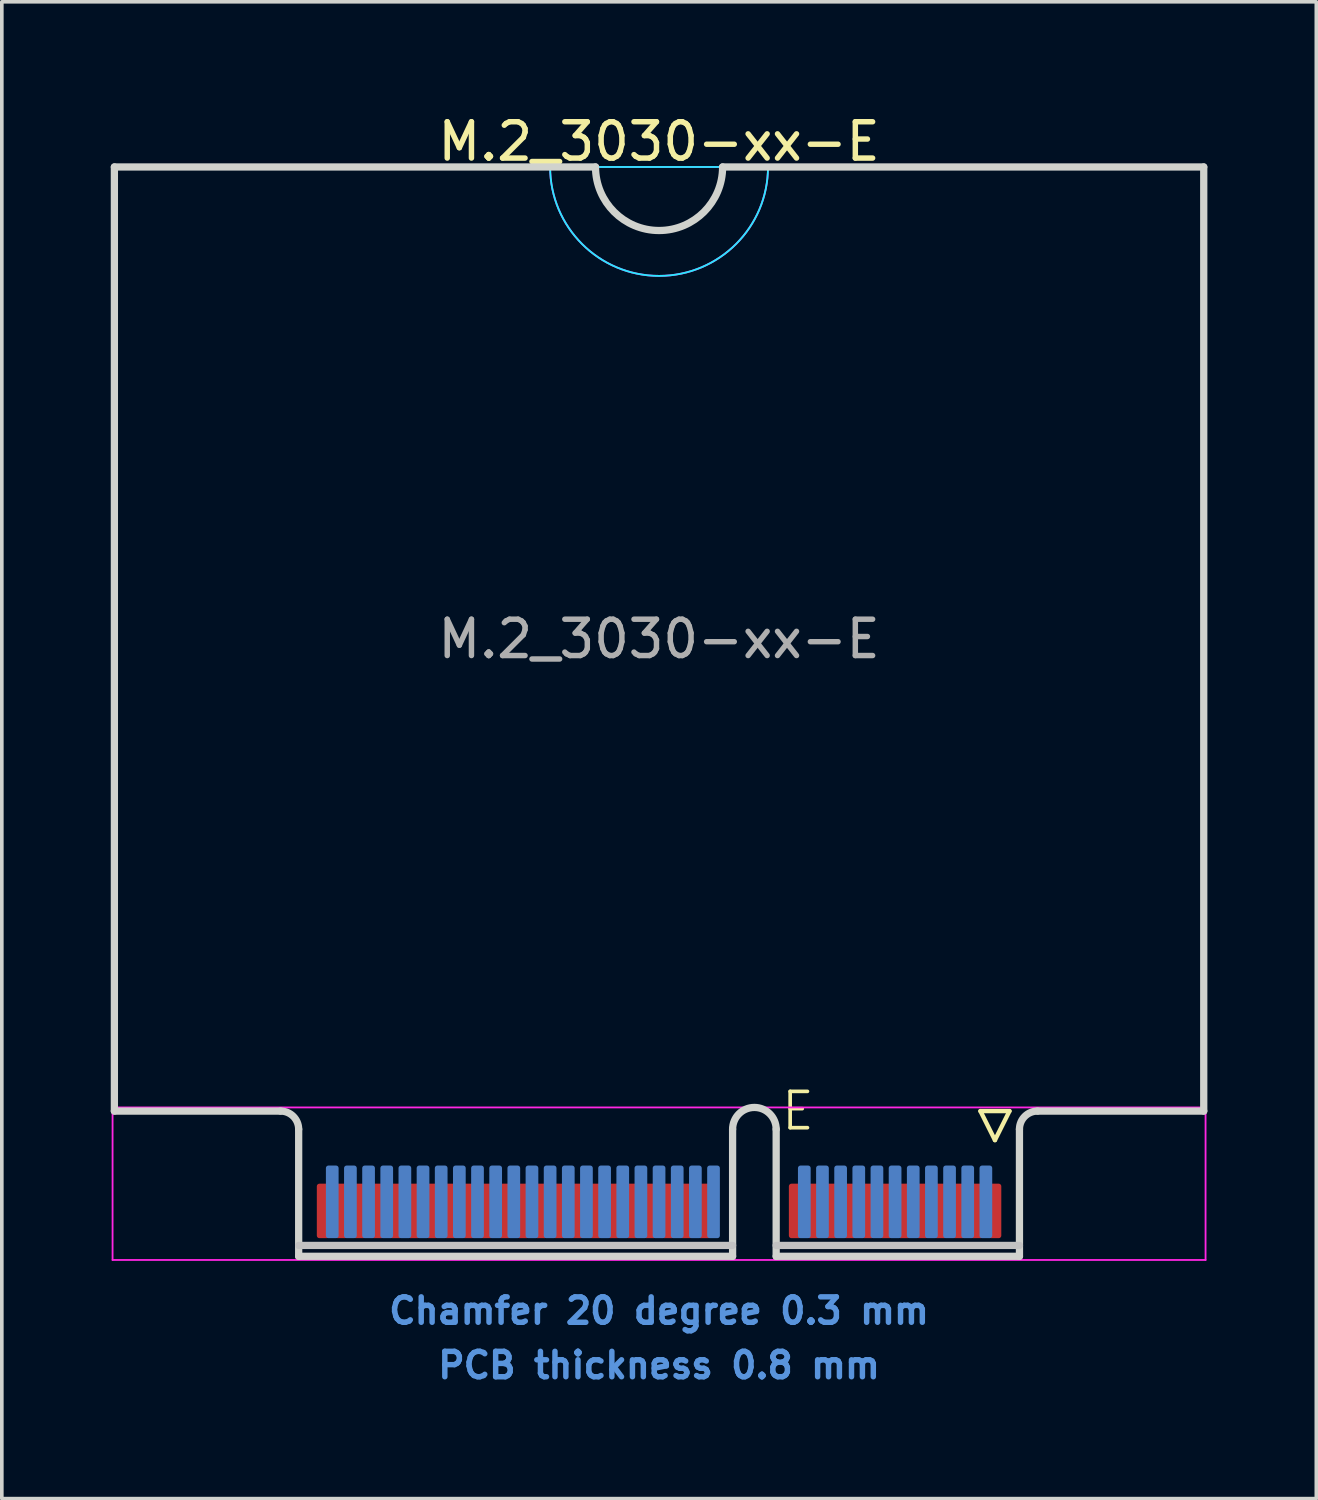
<source format=kicad_pcb>
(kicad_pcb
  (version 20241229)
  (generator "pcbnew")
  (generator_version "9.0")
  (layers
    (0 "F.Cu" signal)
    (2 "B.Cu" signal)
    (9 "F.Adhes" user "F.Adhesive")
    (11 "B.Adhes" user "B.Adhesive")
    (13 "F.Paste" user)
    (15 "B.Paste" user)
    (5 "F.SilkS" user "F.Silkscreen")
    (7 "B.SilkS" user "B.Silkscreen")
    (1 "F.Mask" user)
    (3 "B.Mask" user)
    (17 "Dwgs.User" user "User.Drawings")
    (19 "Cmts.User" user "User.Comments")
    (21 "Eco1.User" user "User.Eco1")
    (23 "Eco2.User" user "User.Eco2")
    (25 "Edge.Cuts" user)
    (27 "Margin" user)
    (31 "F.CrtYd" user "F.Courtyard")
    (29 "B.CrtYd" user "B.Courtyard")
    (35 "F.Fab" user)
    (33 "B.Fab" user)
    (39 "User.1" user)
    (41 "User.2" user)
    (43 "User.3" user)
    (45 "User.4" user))
  (footprint "M.2_3030-xx-E"
    (layer "F.Cu")
    (at 15.1 27.548)
    (property "Reference" "M.2_3030-xx-E" (at 0 -26.7 0) (layer "F.SilkS") (effects (font (size 1 1) (thickness 0.15))))
    (attr exclude_from_pos_files exclude_from_bom)
    (fp_line (start 8.85 0) (end 9.65 0) (stroke (width 0.12) (type solid)) (layer "F.SilkS"))
    (fp_line (start 9.25 0.8) (end 8.85 0) (stroke (width 0.12) (type solid)) (layer "F.SilkS"))
    (fp_line (start 9.65 0) (end 9.25 0.8) (stroke (width 0.12) (type solid)) (layer "F.SilkS"))
    (fp_line (start -9.925 3.7) (end 2.025 3.7) (stroke (width 0.2) (type solid)) (layer "Dwgs.User"))
    (fp_line (start 9.925 3.7) (end 3.225 3.7) (stroke (width 0.2) (type solid)) (layer "Dwgs.User"))
    (fp_line (start -15 -26) (end -15 0) (stroke (width 0.2) (type solid)) (layer "Edge.Cuts"))
    (fp_line (start -15 0) (end -10.425 0) (stroke (width 0.2) (type solid)) (layer "Edge.Cuts"))
    (fp_line (start -9.925 0.5) (end -9.925 4) (stroke (width 0.2) (type solid)) (layer "Edge.Cuts"))
    (fp_line (start -9.925 4) (end 2.025 4) (stroke (width 0.2) (type solid)) (layer "Edge.Cuts"))
    (fp_line (start -1.75 -26) (end -15 -26) (stroke (width 0.2) (type solid)) (layer "Edge.Cuts"))
    (fp_line (start 2.025 4) (end 2.025 0.5) (stroke (width 0.2) (type solid)) (layer "Edge.Cuts"))
    (fp_line (start 3.225 0.5) (end 3.225 4) (stroke (width 0.2) (type solid)) (layer "Edge.Cuts"))
    (fp_line (start 3.225 4) (end 9.925 4) (stroke (width 0.2) (type solid)) (layer "Edge.Cuts"))
    (fp_line (start 9.925 4) (end 9.925 0.5) (stroke (width 0.2) (type solid)) (layer "Edge.Cuts"))
    (fp_line (start 10.425 0) (end 15 0) (stroke (width 0.2) (type solid)) (layer "Edge.Cuts"))
    (fp_line (start 15 -26) (end 1.75 -26) (stroke (width 0.2) (type solid)) (layer "Edge.Cuts"))
    (fp_line (start 15 0) (end 15 -26) (stroke (width 0.2) (type solid)) (layer "Edge.Cuts"))
    (fp_arc (start -10.425 0) (mid -10.071447 0.146447) (end -9.925 0.5) (stroke (width 0.2) (type solid)) (layer "Edge.Cuts"))
    (fp_arc (start 1.75 -26) (mid 0 -24.25) (end -1.75 -26) (stroke (width 0.2) (type solid)) (layer "Edge.Cuts"))
    (fp_arc (start 2.025 0.5) (mid 2.625 -0.1) (end 3.225 0.5) (stroke (width 0.2) (type solid)) (layer "Edge.Cuts"))
    (fp_arc (start 9.925 0.5) (mid 10.071447 0.146447) (end 10.425 0) (stroke (width 0.2) (type solid)) (layer "Edge.Cuts"))
    (fp_line (start -3 -26) (end 3 -26) (stroke (width 0.05) (type solid)) (layer "B.CrtYd"))
    (fp_arc (start 3 -26) (mid 0 -23) (end -3 -26) (stroke (width 0.05) (type solid)) (layer "B.CrtYd"))
    (fp_line (start -15.05 -0.1) (end -15.05 4.1) (stroke (width 0.05) (type solid)) (layer "F.CrtYd"))
    (fp_line (start -15.05 4.1) (end 15.05 4.1) (stroke (width 0.05) (type solid)) (layer "F.CrtYd"))
    (fp_line (start -3 -26) (end 3 -26) (stroke (width 0.05) (type solid)) (layer "F.CrtYd"))
    (fp_line (start 15.05 -0.1) (end -15.05 -0.1) (stroke (width 0.05) (type solid)) (layer "F.CrtYd"))
    (fp_line (start 15.05 4.1) (end 15.05 -0.1) (stroke (width 0.05) (type solid)) (layer "F.CrtYd"))
    (fp_arc (start 3 -26) (mid 0 -23) (end -3 -26) (stroke (width 0.05) (type solid)) (layer "F.CrtYd"))
    (fp_text user "E" (at 3.825 0 0) (layer "F.SilkS") (effects (font (size 1 1) (thickness 0.1))))
    (fp_text user "Chamfer 20 degree 0.3 mm" (at 0 5.5 0) (layer "Cmts.User") (effects (font (size 0.7 0.7) (thickness 0.15))))
    (fp_text user "PCB thickness 0.8 mm" (at 0 7 0) (layer "Cmts.User") (effects (font (size 0.7 0.7) (thickness 0.15))))
    (fp_text user "${REFERENCE}" (at 0 -13 0) (layer "F.Fab") (effects (font (size 1 1) (thickness 0.15))))
    (pad "1" connect roundrect (at 9.25 2.75) (size 0.35 1.5) (layers "F.Cu" "F.Mask") (roundrect_rratio 0.2))
    (pad "2" connect roundrect (at 9 2.5) (size 0.35 2) (layers "B.Cu" "B.Mask") (roundrect_rratio 0.2))
    (pad "3" connect roundrect (at 8.75 2.75) (size 0.35 1.5) (layers "F.Cu" "F.Mask") (roundrect_rratio 0.2))
    (pad "4" connect roundrect (at 8.5 2.5) (size 0.35 2) (layers "B.Cu" "B.Mask") (roundrect_rratio 0.2))
    (pad "5" connect roundrect (at 8.25 2.75) (size 0.35 1.5) (layers "F.Cu" "F.Mask") (roundrect_rratio 0.2))
    (pad "6" connect roundrect (at 8 2.5) (size 0.35 2) (layers "B.Cu" "B.Mask") (roundrect_rratio 0.2))
    (pad "7" connect roundrect (at 7.75 2.75) (size 0.35 1.5) (layers "F.Cu" "F.Mask") (roundrect_rratio 0.2))
    (pad "8" connect roundrect (at 7.5 2.5) (size 0.35 2) (layers "B.Cu" "B.Mask") (roundrect_rratio 0.2))
    (pad "9" connect roundrect (at 7.25 2.75) (size 0.35 1.5) (layers "F.Cu" "F.Mask") (roundrect_rratio 0.2))
    (pad "10" connect roundrect (at 7 2.5) (size 0.35 2) (layers "B.Cu" "B.Mask") (roundrect_rratio 0.2))
    (pad "11" connect roundrect (at 6.75 2.75) (size 0.35 1.5) (layers "F.Cu" "F.Mask") (roundrect_rratio 0.2))
    (pad "12" connect roundrect (at 6.5 2.5) (size 0.35 2) (layers "B.Cu" "B.Mask") (roundrect_rratio 0.2))
    (pad "13" connect roundrect (at 6.25 2.75) (size 0.35 1.5) (layers "F.Cu" "F.Mask") (roundrect_rratio 0.2))
    (pad "14" connect roundrect (at 6 2.5) (size 0.35 2) (layers "B.Cu" "B.Mask") (roundrect_rratio 0.2))
    (pad "15" connect roundrect (at 5.75 2.75) (size 0.35 1.5) (layers "F.Cu" "F.Mask") (roundrect_rratio 0.2))
    (pad "16" connect roundrect (at 5.5 2.5) (size 0.35 2) (layers "B.Cu" "B.Mask") (roundrect_rratio 0.2))
    (pad "17" connect roundrect (at 5.25 2.75) (size 0.35 1.5) (layers "F.Cu" "F.Mask") (roundrect_rratio 0.2))
    (pad "18" connect roundrect (at 5 2.5) (size 0.35 2) (layers "B.Cu" "B.Mask") (roundrect_rratio 0.2))
    (pad "19" connect roundrect (at 4.75 2.75) (size 0.35 1.5) (layers "F.Cu" "F.Mask") (roundrect_rratio 0.2))
    (pad "20" connect roundrect (at 4.5 2.5) (size 0.35 2) (layers "B.Cu" "B.Mask") (roundrect_rratio 0.2))
    (pad "21" connect roundrect (at 4.25 2.75) (size 0.35 1.5) (layers "F.Cu" "F.Mask") (roundrect_rratio 0.2))
    (pad "22" connect roundrect (at 4 2.5) (size 0.35 2) (layers "B.Cu" "B.Mask") (roundrect_rratio 0.2))
    (pad "23" connect roundrect (at 3.75 2.75) (size 0.35 1.5) (layers "F.Cu" "F.Mask") (roundrect_rratio 0.2))
    (pad "32" connect roundrect (at 1.5 2.5) (size 0.35 2) (layers "B.Cu" "B.Mask") (roundrect_rratio 0.2))
    (pad "33" connect roundrect (at 1.25 2.75) (size 0.35 1.5) (layers "F.Cu" "F.Mask") (roundrect_rratio 0.2))
    (pad "34" connect roundrect (at 1 2.5) (size 0.35 2) (layers "B.Cu" "B.Mask") (roundrect_rratio 0.2))
    (pad "35" connect roundrect (at 0.75 2.75) (size 0.35 1.5) (layers "F.Cu" "F.Mask") (roundrect_rratio 0.2))
    (pad "36" connect roundrect (at 0.5 2.5) (size 0.35 2) (layers "B.Cu" "B.Mask") (roundrect_rratio 0.2))
    (pad "37" connect roundrect (at 0.25 2.75) (size 0.35 1.5) (layers "F.Cu" "F.Mask") (roundrect_rratio 0.2))
    (pad "38" connect roundrect (at 0 2.5) (size 0.35 2) (layers "B.Cu" "B.Mask") (roundrect_rratio 0.2))
    (pad "39" connect roundrect (at -0.25 2.75) (size 0.35 1.5) (layers "F.Cu" "F.Mask") (roundrect_rratio 0.2))
    (pad "40" connect roundrect (at -0.5 2.5) (size 0.35 2) (layers "B.Cu" "B.Mask") (roundrect_rratio 0.2))
    (pad "41" connect roundrect (at -0.75 2.75) (size 0.35 1.5) (layers "F.Cu" "F.Mask") (roundrect_rratio 0.2))
    (pad "42" connect roundrect (at -1 2.5) (size 0.35 2) (layers "B.Cu" "B.Mask") (roundrect_rratio 0.2))
    (pad "43" connect roundrect (at -1.25 2.75) (size 0.35 1.5) (layers "F.Cu" "F.Mask") (roundrect_rratio 0.2))
    (pad "44" connect roundrect (at -1.5 2.5) (size 0.35 2) (layers "B.Cu" "B.Mask") (roundrect_rratio 0.2))
    (pad "45" connect roundrect (at -1.75 2.75) (size 0.35 1.5) (layers "F.Cu" "F.Mask") (roundrect_rratio 0.2))
    (pad "46" connect roundrect (at -2 2.5) (size 0.35 2) (layers "B.Cu" "B.Mask") (roundrect_rratio 0.2))
    (pad "47" connect roundrect (at -2.25 2.75) (size 0.35 1.5) (layers "F.Cu" "F.Mask") (roundrect_rratio 0.2))
    (pad "48" connect roundrect (at -2.5 2.5) (size 0.35 2) (layers "B.Cu" "B.Mask") (roundrect_rratio 0.2))
    (pad "49" connect roundrect (at -2.75 2.75) (size 0.35 1.5) (layers "F.Cu" "F.Mask") (roundrect_rratio 0.2))
    (pad "50" connect roundrect (at -3 2.5) (size 0.35 2) (layers "B.Cu" "B.Mask") (roundrect_rratio 0.2))
    (pad "51" connect roundrect (at -3.25 2.75) (size 0.35 1.5) (layers "F.Cu" "F.Mask") (roundrect_rratio 0.2))
    (pad "52" connect roundrect (at -3.5 2.5) (size 0.35 2) (layers "B.Cu" "B.Mask") (roundrect_rratio 0.2))
    (pad "53" connect roundrect (at -3.75 2.75) (size 0.35 1.5) (layers "F.Cu" "F.Mask") (roundrect_rratio 0.2))
    (pad "54" connect roundrect (at -4 2.5) (size 0.35 2) (layers "B.Cu" "B.Mask") (roundrect_rratio 0.2))
    (pad "55" connect roundrect (at -4.25 2.75) (size 0.35 1.5) (layers "F.Cu" "F.Mask") (roundrect_rratio 0.2))
    (pad "56" connect roundrect (at -4.5 2.5) (size 0.35 2) (layers "B.Cu" "B.Mask") (roundrect_rratio 0.2))
    (pad "57" connect roundrect (at -4.75 2.75) (size 0.35 1.5) (layers "F.Cu" "F.Mask") (roundrect_rratio 0.2))
    (pad "58" connect roundrect (at -5 2.5) (size 0.35 2) (layers "B.Cu" "B.Mask") (roundrect_rratio 0.2))
    (pad "59" connect roundrect (at -5.25 2.75) (size 0.35 1.5) (layers "F.Cu" "F.Mask") (roundrect_rratio 0.2))
    (pad "60" connect roundrect (at -5.5 2.5) (size 0.35 2) (layers "B.Cu" "B.Mask") (roundrect_rratio 0.2))
    (pad "61" connect roundrect (at -5.75 2.75) (size 0.35 1.5) (layers "F.Cu" "F.Mask") (roundrect_rratio 0.2))
    (pad "62" connect roundrect (at -6 2.5) (size 0.35 2) (layers "B.Cu" "B.Mask") (roundrect_rratio 0.2))
    (pad "63" connect roundrect (at -6.25 2.75) (size 0.35 1.5) (layers "F.Cu" "F.Mask") (roundrect_rratio 0.2))
    (pad "64" connect roundrect (at -6.5 2.5) (size 0.35 2) (layers "B.Cu" "B.Mask") (roundrect_rratio 0.2))
    (pad "65" connect roundrect (at -6.75 2.75) (size 0.35 1.5) (layers "F.Cu" "F.Mask") (roundrect_rratio 0.2))
    (pad "66" connect roundrect (at -7 2.5) (size 0.35 2) (layers "B.Cu" "B.Mask") (roundrect_rratio 0.2))
    (pad "67" connect roundrect (at -7.25 2.75) (size 0.35 1.5) (layers "F.Cu" "F.Mask") (roundrect_rratio 0.2))
    (pad "68" connect roundrect (at -7.5 2.5) (size 0.35 2) (layers "B.Cu" "B.Mask") (roundrect_rratio 0.2))
    (pad "69" connect roundrect (at -7.75 2.75) (size 0.35 1.5) (layers "F.Cu" "F.Mask") (roundrect_rratio 0.2))
    (pad "70" connect roundrect (at -8 2.5) (size 0.35 2) (layers "B.Cu" "B.Mask") (roundrect_rratio 0.2))
    (pad "71" connect roundrect (at -8.25 2.75) (size 0.35 1.5) (layers "F.Cu" "F.Mask") (roundrect_rratio 0.2))
    (pad "72" connect roundrect (at -8.5 2.5) (size 0.35 2) (layers "B.Cu" "B.Mask") (roundrect_rratio 0.2))
    (pad "73" connect roundrect (at -8.75 2.75) (size 0.35 1.5) (layers "F.Cu" "F.Mask") (roundrect_rratio 0.2))
    (pad "74" connect roundrect (at -9 2.5) (size 0.35 2) (layers "B.Cu" "B.Mask") (roundrect_rratio 0.2))
    (pad "75" connect roundrect (at -9.25 2.75) (size 0.35 1.5) (layers "F.Cu" "F.Mask") (roundrect_rratio 0.2)))
  (gr_rect
    (start -3 -3)
    (end 33.2 38.221)
    (stroke (width 0.1) (type default))
    (fill no)
    (layer "Edge.Cuts")))
</source>
